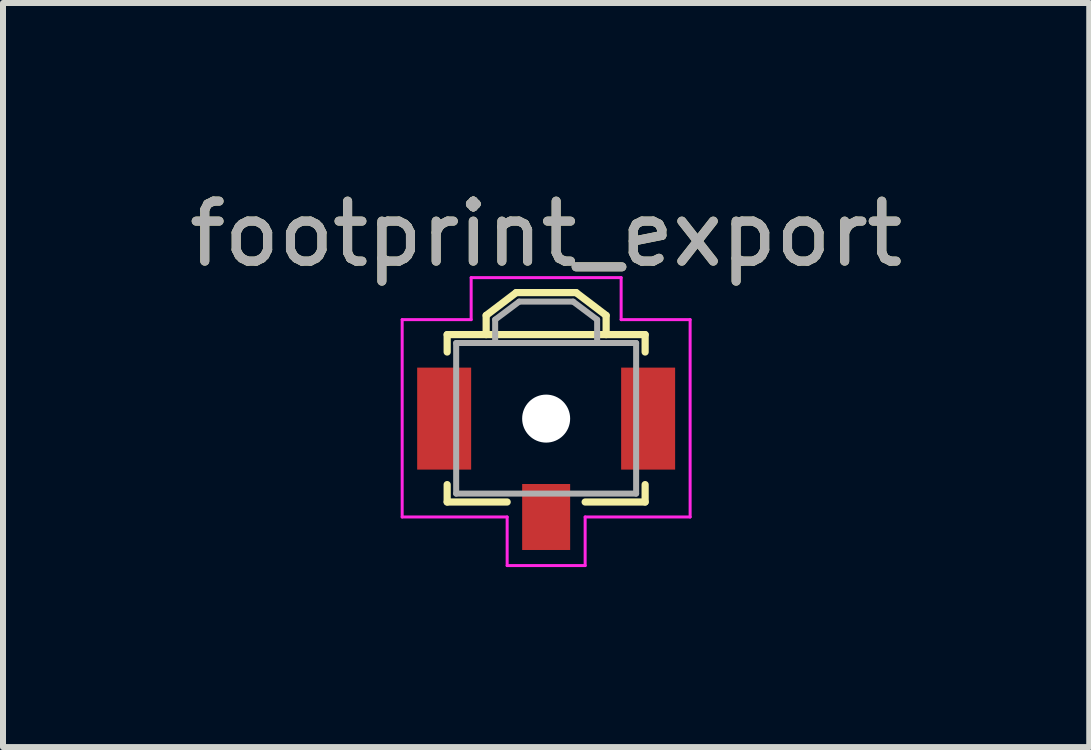
<source format=kicad_pcb>
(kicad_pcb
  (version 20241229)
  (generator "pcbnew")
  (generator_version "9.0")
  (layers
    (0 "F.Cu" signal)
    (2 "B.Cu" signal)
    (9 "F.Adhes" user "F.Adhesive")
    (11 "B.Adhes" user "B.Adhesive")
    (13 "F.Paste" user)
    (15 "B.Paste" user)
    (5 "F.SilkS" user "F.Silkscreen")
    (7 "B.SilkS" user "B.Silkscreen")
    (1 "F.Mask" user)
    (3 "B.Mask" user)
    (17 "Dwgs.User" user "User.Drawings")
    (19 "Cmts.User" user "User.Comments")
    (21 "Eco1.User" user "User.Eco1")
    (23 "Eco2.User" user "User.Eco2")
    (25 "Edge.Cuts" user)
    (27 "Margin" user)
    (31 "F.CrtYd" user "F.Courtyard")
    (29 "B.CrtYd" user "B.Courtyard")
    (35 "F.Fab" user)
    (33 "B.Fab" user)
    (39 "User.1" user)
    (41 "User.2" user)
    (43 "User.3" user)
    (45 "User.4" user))
  (footprint "footprint_export"
    (layer "F.Cu")
    (at 6.054 4.748)
    (property "Reference" "footprint_export" (at 0 -3.9 0) (layer "F.SilkS") (effects (font (size 1 1) (thickness 0.15))))
    (attr smd)
    (fp_line (start -1.65 -2.22) (end 1.65 -2.22) (stroke (width 0.12) (type solid)) (layer "F.SilkS"))
    (fp_line (start -1.65 -1.93) (end -1.65 -2.22) (stroke (width 0.12) (type solid)) (layer "F.SilkS"))
    (fp_line (start -1.65 0.28) (end -1.65 0.57) (stroke (width 0.12) (type solid)) (layer "F.SilkS"))
    (fp_line (start -1.65 0.57) (end -0.65 0.57) (stroke (width 0.12) (type solid)) (layer "F.SilkS"))
    (fp_line (start -1 -2.54) (end -1 -2.22) (stroke (width 0.12) (type solid)) (layer "F.SilkS"))
    (fp_line (start -0.5 -2.92) (end -1 -2.54) (stroke (width 0.12) (type solid)) (layer "F.SilkS"))
    (fp_line (start -0.5 -2.92) (end 0.5 -2.92) (stroke (width 0.12) (type solid)) (layer "F.SilkS"))
    (fp_line (start 0.5 -2.92) (end 1 -2.54) (stroke (width 0.12) (type solid)) (layer "F.SilkS"))
    (fp_line (start 1 -2.54) (end 1 -2.22) (stroke (width 0.12) (type solid)) (layer "F.SilkS"))
    (fp_line (start 1.65 -2.22) (end 1.65 -1.93) (stroke (width 0.12) (type solid)) (layer "F.SilkS"))
    (fp_line (start 1.65 0.57) (end 0.65 0.57) (stroke (width 0.12) (type solid)) (layer "F.SilkS"))
    (fp_line (start 1.65 0.57) (end 1.65 0.28) (stroke (width 0.12) (type solid)) (layer "F.SilkS"))
    (fp_line (start -2.4 -2.47) (end -2.4 0.82) (stroke (width 0.05) (type solid)) (layer "F.CrtYd"))
    (fp_line (start -2.4 0.82) (end -0.65 0.82) (stroke (width 0.05) (type solid)) (layer "F.CrtYd"))
    (fp_line (start -1.25 -3.17) (end 1.25 -3.17) (stroke (width 0.05) (type solid)) (layer "F.CrtYd"))
    (fp_line (start -1.25 -2.47) (end -2.4 -2.47) (stroke (width 0.05) (type solid)) (layer "F.CrtYd"))
    (fp_line (start -1.25 -2.47) (end -1.25 -3.17) (stroke (width 0.05) (type solid)) (layer "F.CrtYd"))
    (fp_line (start -0.65 0.82) (end -0.65 1.63) (stroke (width 0.05) (type solid)) (layer "F.CrtYd"))
    (fp_line (start -0.65 1.63) (end 0.65 1.63) (stroke (width 0.05) (type solid)) (layer "F.CrtYd"))
    (fp_line (start 0.65 0.82) (end 2.4 0.82) (stroke (width 0.05) (type solid)) (layer "F.CrtYd"))
    (fp_line (start 0.65 1.63) (end 0.65 0.82) (stroke (width 0.05) (type solid)) (layer "F.CrtYd"))
    (fp_line (start 1.25 -3.17) (end 1.25 -2.47) (stroke (width 0.05) (type solid)) (layer "F.CrtYd"))
    (fp_line (start 1.25 -2.47) (end 2.4 -2.47) (stroke (width 0.05) (type solid)) (layer "F.CrtYd"))
    (fp_line (start 2.4 0.82) (end 2.4 -2.47) (stroke (width 0.05) (type solid)) (layer "F.CrtYd"))
    (fp_line (start -1.5 -2.08) (end 1.5 -2.08) (stroke (width 0.1) (type solid)) (layer "F.Fab"))
    (fp_line (start -1.5 0.43) (end -1.5 -2.08) (stroke (width 0.1) (type solid)) (layer "F.Fab"))
    (fp_line (start -0.85 -2.47) (end -0.45 -2.77) (stroke (width 0.1) (type solid)) (layer "F.Fab"))
    (fp_line (start -0.85 -2.08) (end -0.85 -2.47) (stroke (width 0.1) (type solid)) (layer "F.Fab"))
    (fp_line (start -0.45 -2.77) (end 0.45 -2.77) (stroke (width 0.1) (type solid)) (layer "F.Fab"))
    (fp_line (start 0.45 -2.77) (end 0.85 -2.47) (stroke (width 0.1) (type solid)) (layer "F.Fab"))
    (fp_line (start 0.85 -2.47) (end 0.85 -2.08) (stroke (width 0.1) (type solid)) (layer "F.Fab"))
    (fp_line (start 1.5 -2.08) (end 1.5 0.43) (stroke (width 0.1) (type solid)) (layer "F.Fab"))
    (fp_line (start 1.5 0.43) (end -1.5 0.43) (stroke (width 0.1) (type solid)) (layer "F.Fab"))
    (fp_text user "${REFERENCE}" (at 0 -3.9 0) (layer "F.Fab") (effects (font (size 1 1) (thickness 0.15))))
    (pad "" np_thru_hole circle (at 0 -0.82) (size 0.8 0.8) (drill 0.8) (layers "*.Cu" "*.Mask"))
    (pad "1" smd rect (at -1.7 -0.82) (size 0.9 1.7) (layers "F.Cu" "F.Mask" "F.Paste"))
    (pad "2" smd rect (at 1.7 -0.82) (size 0.9 1.7) (layers "F.Cu" "F.Mask" "F.Paste"))
    (pad "3" smd rect (at 0 0.82) (size 0.8 1.1) (layers "F.Cu" "F.Mask" "F.Paste")))
  (gr_rect
    (start -3 -3)
    (end 15.107 9.403)
    (stroke (width 0.1) (type default))
    (fill no)
    (layer "Edge.Cuts")))
</source>
